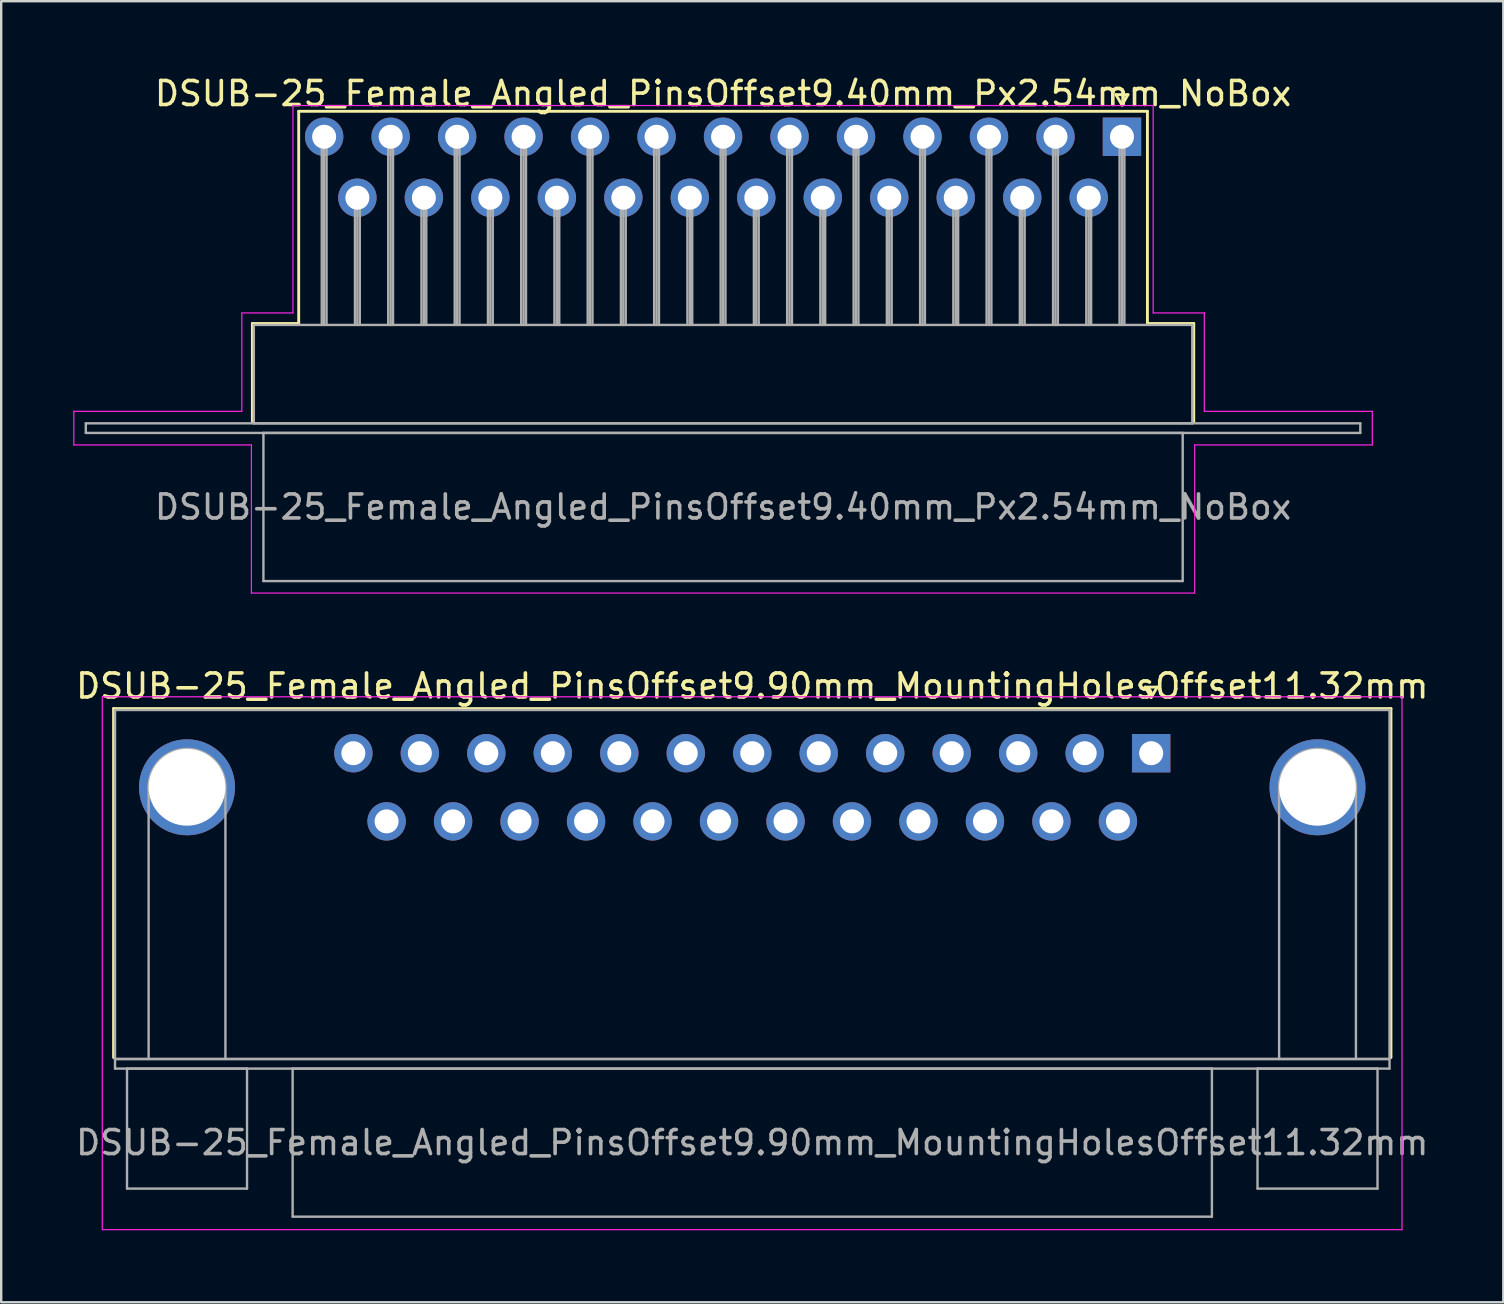
<source format=kicad_pcb>
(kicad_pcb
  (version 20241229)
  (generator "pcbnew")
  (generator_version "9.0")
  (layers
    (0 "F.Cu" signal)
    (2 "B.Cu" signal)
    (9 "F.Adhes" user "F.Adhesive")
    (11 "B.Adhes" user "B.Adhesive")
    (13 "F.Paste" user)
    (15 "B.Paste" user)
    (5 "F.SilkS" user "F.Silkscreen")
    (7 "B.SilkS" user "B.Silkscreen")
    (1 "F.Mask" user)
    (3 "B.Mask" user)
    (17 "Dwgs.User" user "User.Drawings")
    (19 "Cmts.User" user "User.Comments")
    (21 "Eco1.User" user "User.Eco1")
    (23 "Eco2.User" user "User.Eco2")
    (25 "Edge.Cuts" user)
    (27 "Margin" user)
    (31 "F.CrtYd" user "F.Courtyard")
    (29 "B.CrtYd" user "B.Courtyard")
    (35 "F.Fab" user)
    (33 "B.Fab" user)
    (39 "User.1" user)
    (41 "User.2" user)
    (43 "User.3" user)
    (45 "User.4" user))
  (footprint "DSUB-25_Female_Angled_PinsOffset9.40mm_Px2.54mm_NoBox"
    (layer "F.Cu")
    (at 43.695 2.648)
    (property "Reference" "DSUB-25_Female_Angled_PinsOffset9.40mm_Px2.54mm_NoBox" (at -16.62 -1.8 0) (layer "F.SilkS") (effects (font (size 1 1) (thickness 0.15))))
    (attr through_hole)
    (fp_line (start -36.23 7.78) (end -34.3 7.78) (stroke (width 0.12) (type solid)) (layer "F.SilkS"))
    (fp_line (start -36.23 11.88) (end -36.23 7.78) (stroke (width 0.12) (type solid)) (layer "F.SilkS"))
    (fp_line (start -34.3 -1.06) (end 1.06 -1.06) (stroke (width 0.12) (type solid)) (layer "F.SilkS"))
    (fp_line (start -34.3 7.78) (end -34.3 -1.06) (stroke (width 0.12) (type solid)) (layer "F.SilkS"))
    (fp_line (start -0.25 -1.754) (end 0.25 -1.754) (stroke (width 0.12) (type solid)) (layer "F.SilkS"))
    (fp_line (start 0 -1.321) (end -0.25 -1.754) (stroke (width 0.12) (type solid)) (layer "F.SilkS"))
    (fp_line (start 0.25 -1.754) (end 0 -1.321) (stroke (width 0.12) (type solid)) (layer "F.SilkS"))
    (fp_line (start 1.06 -1.06) (end 1.06 7.78) (stroke (width 0.12) (type solid)) (layer "F.SilkS"))
    (fp_line (start 1.06 7.78) (end 2.99 7.78) (stroke (width 0.12) (type solid)) (layer "F.SilkS"))
    (fp_line (start 2.99 7.78) (end 2.99 11.88) (stroke (width 0.12) (type solid)) (layer "F.SilkS"))
    (fp_line (start -43.67 11.44) (end -36.67 11.44) (stroke (width 0.05) (type solid)) (layer "F.CrtYd"))
    (fp_line (start -43.67 12.84) (end -43.67 11.44) (stroke (width 0.05) (type solid)) (layer "F.CrtYd"))
    (fp_line (start -36.67 7.34) (end -34.54 7.34) (stroke (width 0.05) (type solid)) (layer "F.CrtYd"))
    (fp_line (start -36.67 11.44) (end -36.67 7.34) (stroke (width 0.05) (type solid)) (layer "F.CrtYd"))
    (fp_line (start -36.27 12.84) (end -43.67 12.84) (stroke (width 0.05) (type solid)) (layer "F.CrtYd"))
    (fp_line (start -36.27 19.01) (end -36.27 12.84) (stroke (width 0.05) (type solid)) (layer "F.CrtYd"))
    (fp_line (start -34.54 -1.3) (end 1.3 -1.3) (stroke (width 0.05) (type solid)) (layer "F.CrtYd"))
    (fp_line (start -34.54 7.34) (end -34.54 -1.3) (stroke (width 0.05) (type solid)) (layer "F.CrtYd"))
    (fp_line (start 1.3 -1.3) (end 1.3 7.34) (stroke (width 0.05) (type solid)) (layer "F.CrtYd"))
    (fp_line (start 1.3 7.34) (end 3.43 7.34) (stroke (width 0.05) (type solid)) (layer "F.CrtYd"))
    (fp_line (start 3.03 12.84) (end 3.03 19.01) (stroke (width 0.05) (type solid)) (layer "F.CrtYd"))
    (fp_line (start 3.03 19.01) (end -36.27 19.01) (stroke (width 0.05) (type solid)) (layer "F.CrtYd"))
    (fp_line (start 3.43 7.34) (end 3.43 11.44) (stroke (width 0.05) (type solid)) (layer "F.CrtYd"))
    (fp_line (start 3.43 11.44) (end 10.43 11.44) (stroke (width 0.05) (type solid)) (layer "F.CrtYd"))
    (fp_line (start 10.43 11.44) (end 10.43 12.84) (stroke (width 0.05) (type solid)) (layer "F.CrtYd"))
    (fp_line (start 10.43 12.84) (end 3.03 12.84) (stroke (width 0.05) (type solid)) (layer "F.CrtYd"))
    (fp_line (start -43.17 11.94) (end -43.17 12.34) (stroke (width 0.1) (type solid)) (layer "F.Fab"))
    (fp_line (start -43.17 12.34) (end 9.93 12.34) (stroke (width 0.1) (type solid)) (layer "F.Fab"))
    (fp_line (start -36.17 7.84) (end -36.17 11.94) (stroke (width 0.1) (type solid)) (layer "F.Fab"))
    (fp_line (start -36.17 11.94) (end 2.93 11.94) (stroke (width 0.1) (type solid)) (layer "F.Fab"))
    (fp_line (start -35.77 12.34) (end -35.77 18.51) (stroke (width 0.1) (type solid)) (layer "F.Fab"))
    (fp_line (start -35.77 18.51) (end 2.53 18.51) (stroke (width 0.1) (type solid)) (layer "F.Fab"))
    (fp_line (start -33.34 0) (end -33.34 7.84) (stroke (width 0.1) (type solid)) (layer "F.Fab"))
    (fp_line (start -33.24 0) (end -33.24 7.84) (stroke (width 0.1) (type solid)) (layer "F.Fab"))
    (fp_line (start -33.14 0) (end -33.14 7.84) (stroke (width 0.1) (type solid)) (layer "F.Fab"))
    (fp_line (start -31.955 2.54) (end -31.955 7.84) (stroke (width 0.1) (type solid)) (layer "F.Fab"))
    (fp_line (start -31.855 2.54) (end -31.855 7.84) (stroke (width 0.1) (type solid)) (layer "F.Fab"))
    (fp_line (start -31.755 2.54) (end -31.755 7.84) (stroke (width 0.1) (type solid)) (layer "F.Fab"))
    (fp_line (start -30.57 0) (end -30.57 7.84) (stroke (width 0.1) (type solid)) (layer "F.Fab"))
    (fp_line (start -30.47 0) (end -30.47 7.84) (stroke (width 0.1) (type solid)) (layer "F.Fab"))
    (fp_line (start -30.37 0) (end -30.37 7.84) (stroke (width 0.1) (type solid)) (layer "F.Fab"))
    (fp_line (start -29.185 2.54) (end -29.185 7.84) (stroke (width 0.1) (type solid)) (layer "F.Fab"))
    (fp_line (start -29.085 2.54) (end -29.085 7.84) (stroke (width 0.1) (type solid)) (layer "F.Fab"))
    (fp_line (start -28.985 2.54) (end -28.985 7.84) (stroke (width 0.1) (type solid)) (layer "F.Fab"))
    (fp_line (start -27.8 0) (end -27.8 7.84) (stroke (width 0.1) (type solid)) (layer "F.Fab"))
    (fp_line (start -27.7 0) (end -27.7 7.84) (stroke (width 0.1) (type solid)) (layer "F.Fab"))
    (fp_line (start -27.6 0) (end -27.6 7.84) (stroke (width 0.1) (type solid)) (layer "F.Fab"))
    (fp_line (start -26.415 2.54) (end -26.415 7.84) (stroke (width 0.1) (type solid)) (layer "F.Fab"))
    (fp_line (start -26.315 2.54) (end -26.315 7.84) (stroke (width 0.1) (type solid)) (layer "F.Fab"))
    (fp_line (start -26.215 2.54) (end -26.215 7.84) (stroke (width 0.1) (type solid)) (layer "F.Fab"))
    (fp_line (start -25.03 0) (end -25.03 7.84) (stroke (width 0.1) (type solid)) (layer "F.Fab"))
    (fp_line (start -24.93 0) (end -24.93 7.84) (stroke (width 0.1) (type solid)) (layer "F.Fab"))
    (fp_line (start -24.83 0) (end -24.83 7.84) (stroke (width 0.1) (type solid)) (layer "F.Fab"))
    (fp_line (start -23.645 2.54) (end -23.645 7.84) (stroke (width 0.1) (type solid)) (layer "F.Fab"))
    (fp_line (start -23.545 2.54) (end -23.545 7.84) (stroke (width 0.1) (type solid)) (layer "F.Fab"))
    (fp_line (start -23.445 2.54) (end -23.445 7.84) (stroke (width 0.1) (type solid)) (layer "F.Fab"))
    (fp_line (start -22.26 0) (end -22.26 7.84) (stroke (width 0.1) (type solid)) (layer "F.Fab"))
    (fp_line (start -22.16 0) (end -22.16 7.84) (stroke (width 0.1) (type solid)) (layer "F.Fab"))
    (fp_line (start -22.06 0) (end -22.06 7.84) (stroke (width 0.1) (type solid)) (layer "F.Fab"))
    (fp_line (start -20.875 2.54) (end -20.875 7.84) (stroke (width 0.1) (type solid)) (layer "F.Fab"))
    (fp_line (start -20.775 2.54) (end -20.775 7.84) (stroke (width 0.1) (type solid)) (layer "F.Fab"))
    (fp_line (start -20.675 2.54) (end -20.675 7.84) (stroke (width 0.1) (type solid)) (layer "F.Fab"))
    (fp_line (start -19.49 0) (end -19.49 7.84) (stroke (width 0.1) (type solid)) (layer "F.Fab"))
    (fp_line (start -19.39 0) (end -19.39 7.84) (stroke (width 0.1) (type solid)) (layer "F.Fab"))
    (fp_line (start -19.29 0) (end -19.29 7.84) (stroke (width 0.1) (type solid)) (layer "F.Fab"))
    (fp_line (start -18.105 2.54) (end -18.105 7.84) (stroke (width 0.1) (type solid)) (layer "F.Fab"))
    (fp_line (start -18.005 2.54) (end -18.005 7.84) (stroke (width 0.1) (type solid)) (layer "F.Fab"))
    (fp_line (start -17.905 2.54) (end -17.905 7.84) (stroke (width 0.1) (type solid)) (layer "F.Fab"))
    (fp_line (start -16.72 0) (end -16.72 7.84) (stroke (width 0.1) (type solid)) (layer "F.Fab"))
    (fp_line (start -16.62 0) (end -16.62 7.84) (stroke (width 0.1) (type solid)) (layer "F.Fab"))
    (fp_line (start -16.52 0) (end -16.52 7.84) (stroke (width 0.1) (type solid)) (layer "F.Fab"))
    (fp_line (start -15.335 2.54) (end -15.335 7.84) (stroke (width 0.1) (type solid)) (layer "F.Fab"))
    (fp_line (start -15.235 2.54) (end -15.235 7.84) (stroke (width 0.1) (type solid)) (layer "F.Fab"))
    (fp_line (start -15.135 2.54) (end -15.135 7.84) (stroke (width 0.1) (type solid)) (layer "F.Fab"))
    (fp_line (start -13.95 0) (end -13.95 7.84) (stroke (width 0.1) (type solid)) (layer "F.Fab"))
    (fp_line (start -13.85 0) (end -13.85 7.84) (stroke (width 0.1) (type solid)) (layer "F.Fab"))
    (fp_line (start -13.75 0) (end -13.75 7.84) (stroke (width 0.1) (type solid)) (layer "F.Fab"))
    (fp_line (start -12.565 2.54) (end -12.565 7.84) (stroke (width 0.1) (type solid)) (layer "F.Fab"))
    (fp_line (start -12.465 2.54) (end -12.465 7.84) (stroke (width 0.1) (type solid)) (layer "F.Fab"))
    (fp_line (start -12.365 2.54) (end -12.365 7.84) (stroke (width 0.1) (type solid)) (layer "F.Fab"))
    (fp_line (start -11.18 0) (end -11.18 7.84) (stroke (width 0.1) (type solid)) (layer "F.Fab"))
    (fp_line (start -11.08 0) (end -11.08 7.84) (stroke (width 0.1) (type solid)) (layer "F.Fab"))
    (fp_line (start -10.98 0) (end -10.98 7.84) (stroke (width 0.1) (type solid)) (layer "F.Fab"))
    (fp_line (start -9.795 2.54) (end -9.795 7.84) (stroke (width 0.1) (type solid)) (layer "F.Fab"))
    (fp_line (start -9.695 2.54) (end -9.695 7.84) (stroke (width 0.1) (type solid)) (layer "F.Fab"))
    (fp_line (start -9.595 2.54) (end -9.595 7.84) (stroke (width 0.1) (type solid)) (layer "F.Fab"))
    (fp_line (start -8.41 0) (end -8.41 7.84) (stroke (width 0.1) (type solid)) (layer "F.Fab"))
    (fp_line (start -8.31 0) (end -8.31 7.84) (stroke (width 0.1) (type solid)) (layer "F.Fab"))
    (fp_line (start -8.21 0) (end -8.21 7.84) (stroke (width 0.1) (type solid)) (layer "F.Fab"))
    (fp_line (start -7.025 2.54) (end -7.025 7.84) (stroke (width 0.1) (type solid)) (layer "F.Fab"))
    (fp_line (start -6.925 2.54) (end -6.925 7.84) (stroke (width 0.1) (type solid)) (layer "F.Fab"))
    (fp_line (start -6.825 2.54) (end -6.825 7.84) (stroke (width 0.1) (type solid)) (layer "F.Fab"))
    (fp_line (start -5.64 0) (end -5.64 7.84) (stroke (width 0.1) (type solid)) (layer "F.Fab"))
    (fp_line (start -5.54 0) (end -5.54 7.84) (stroke (width 0.1) (type solid)) (layer "F.Fab"))
    (fp_line (start -5.44 0) (end -5.44 7.84) (stroke (width 0.1) (type solid)) (layer "F.Fab"))
    (fp_line (start -4.255 2.54) (end -4.255 7.84) (stroke (width 0.1) (type solid)) (layer "F.Fab"))
    (fp_line (start -4.155 2.54) (end -4.155 7.84) (stroke (width 0.1) (type solid)) (layer "F.Fab"))
    (fp_line (start -4.055 2.54) (end -4.055 7.84) (stroke (width 0.1) (type solid)) (layer "F.Fab"))
    (fp_line (start -2.87 0) (end -2.87 7.84) (stroke (width 0.1) (type solid)) (layer "F.Fab"))
    (fp_line (start -2.77 0) (end -2.77 7.84) (stroke (width 0.1) (type solid)) (layer "F.Fab"))
    (fp_line (start -2.67 0) (end -2.67 7.84) (stroke (width 0.1) (type solid)) (layer "F.Fab"))
    (fp_line (start -1.485 2.54) (end -1.485 7.84) (stroke (width 0.1) (type solid)) (layer "F.Fab"))
    (fp_line (start -1.385 2.54) (end -1.385 7.84) (stroke (width 0.1) (type solid)) (layer "F.Fab"))
    (fp_line (start -1.285 2.54) (end -1.285 7.84) (stroke (width 0.1) (type solid)) (layer "F.Fab"))
    (fp_line (start -0.1 0) (end -0.1 7.84) (stroke (width 0.1) (type solid)) (layer "F.Fab"))
    (fp_line (start 0 0) (end 0 7.84) (stroke (width 0.1) (type solid)) (layer "F.Fab"))
    (fp_line (start 0.1 0) (end 0.1 7.84) (stroke (width 0.1) (type solid)) (layer "F.Fab"))
    (fp_line (start 2.53 12.34) (end -35.77 12.34) (stroke (width 0.1) (type solid)) (layer "F.Fab"))
    (fp_line (start 2.53 18.51) (end 2.53 12.34) (stroke (width 0.1) (type solid)) (layer "F.Fab"))
    (fp_line (start 2.93 7.84) (end -36.17 7.84) (stroke (width 0.1) (type solid)) (layer "F.Fab"))
    (fp_line (start 2.93 11.94) (end 2.93 7.84) (stroke (width 0.1) (type solid)) (layer "F.Fab"))
    (fp_line (start 9.93 11.94) (end -43.17 11.94) (stroke (width 0.1) (type solid)) (layer "F.Fab"))
    (fp_line (start 9.93 12.34) (end 9.93 11.94) (stroke (width 0.1) (type solid)) (layer "F.Fab"))
    (fp_text user "${REFERENCE}" (at -16.62 15.425 0) (layer "F.Fab") (effects (font (size 1 1) (thickness 0.15))))
    (pad "1" thru_hole rect (at 0 0) (size 1.6 1.6) (drill 1) (layers "*.Cu" "*.Mask"))
    (pad "2" thru_hole circle (at -2.77 0) (size 1.6 1.6) (drill 1) (layers "*.Cu" "*.Mask"))
    (pad "3" thru_hole circle (at -5.54 0) (size 1.6 1.6) (drill 1) (layers "*.Cu" "*.Mask"))
    (pad "4" thru_hole circle (at -8.31 0) (size 1.6 1.6) (drill 1) (layers "*.Cu" "*.Mask"))
    (pad "5" thru_hole circle (at -11.08 0) (size 1.6 1.6) (drill 1) (layers "*.Cu" "*.Mask"))
    (pad "6" thru_hole circle (at -13.85 0) (size 1.6 1.6) (drill 1) (layers "*.Cu" "*.Mask"))
    (pad "7" thru_hole circle (at -16.62 0) (size 1.6 1.6) (drill 1) (layers "*.Cu" "*.Mask"))
    (pad "8" thru_hole circle (at -19.39 0) (size 1.6 1.6) (drill 1) (layers "*.Cu" "*.Mask"))
    (pad "9" thru_hole circle (at -22.16 0) (size 1.6 1.6) (drill 1) (layers "*.Cu" "*.Mask"))
    (pad "10" thru_hole circle (at -24.93 0) (size 1.6 1.6) (drill 1) (layers "*.Cu" "*.Mask"))
    (pad "11" thru_hole circle (at -27.7 0) (size 1.6 1.6) (drill 1) (layers "*.Cu" "*.Mask"))
    (pad "12" thru_hole circle (at -30.47 0) (size 1.6 1.6) (drill 1) (layers "*.Cu" "*.Mask"))
    (pad "13" thru_hole circle (at -33.24 0) (size 1.6 1.6) (drill 1) (layers "*.Cu" "*.Mask"))
    (pad "14" thru_hole circle (at -1.385 2.54) (size 1.6 1.6) (drill 1) (layers "*.Cu" "*.Mask"))
    (pad "15" thru_hole circle (at -4.155 2.54) (size 1.6 1.6) (drill 1) (layers "*.Cu" "*.Mask"))
    (pad "16" thru_hole circle (at -6.925 2.54) (size 1.6 1.6) (drill 1) (layers "*.Cu" "*.Mask"))
    (pad "17" thru_hole circle (at -9.695 2.54) (size 1.6 1.6) (drill 1) (layers "*.Cu" "*.Mask"))
    (pad "18" thru_hole circle (at -12.465 2.54) (size 1.6 1.6) (drill 1) (layers "*.Cu" "*.Mask"))
    (pad "19" thru_hole circle (at -15.235 2.54) (size 1.6 1.6) (drill 1) (layers "*.Cu" "*.Mask"))
    (pad "20" thru_hole circle (at -18.005 2.54) (size 1.6 1.6) (drill 1) (layers "*.Cu" "*.Mask"))
    (pad "21" thru_hole circle (at -20.775 2.54) (size 1.6 1.6) (drill 1) (layers "*.Cu" "*.Mask"))
    (pad "22" thru_hole circle (at -23.545 2.54) (size 1.6 1.6) (drill 1) (layers "*.Cu" "*.Mask"))
    (pad "23" thru_hole circle (at -26.315 2.54) (size 1.6 1.6) (drill 1) (layers "*.Cu" "*.Mask"))
    (pad "24" thru_hole circle (at -29.085 2.54) (size 1.6 1.6) (drill 1) (layers "*.Cu" "*.Mask"))
    (pad "25" thru_hole circle (at -31.855 2.54) (size 1.6 1.6) (drill 1) (layers "*.Cu" "*.Mask")))
  (footprint "DSUB-25_Female_Angled_PinsOffset9.90mm_MountingHolesOffset11.32mm"
    (layer "F.Cu")
    (at 44.912 28.331)
    (property "Reference" "DSUB-25_Female_Angled_PinsOffset9.90mm_MountingHolesOffset11.32mm" (at -16.62 -2.8 0) (layer "F.SilkS") (effects (font (size 1 1) (thickness 0.15))))
    (attr through_hole)
    (fp_line (start -43.23 -1.86) (end 9.99 -1.86) (stroke (width 0.12) (type solid)) (layer "F.SilkS"))
    (fp_line (start -43.23 12.68) (end -43.23 -1.86) (stroke (width 0.12) (type solid)) (layer "F.SilkS"))
    (fp_line (start -0.25 -2.754) (end 0.25 -2.754) (stroke (width 0.12) (type solid)) (layer "F.SilkS"))
    (fp_line (start 0 -2.321) (end -0.25 -2.754) (stroke (width 0.12) (type solid)) (layer "F.SilkS"))
    (fp_line (start 0.25 -2.754) (end 0 -2.321) (stroke (width 0.12) (type solid)) (layer "F.SilkS"))
    (fp_line (start 9.99 -1.86) (end 9.99 12.68) (stroke (width 0.12) (type solid)) (layer "F.SilkS"))
    (fp_line (start -43.7 -2.35) (end -43.7 19.85) (stroke (width 0.05) (type solid)) (layer "F.CrtYd"))
    (fp_line (start -43.7 19.85) (end 10.45 19.85) (stroke (width 0.05) (type solid)) (layer "F.CrtYd"))
    (fp_line (start 10.45 -2.35) (end -43.7 -2.35) (stroke (width 0.05) (type solid)) (layer "F.CrtYd"))
    (fp_line (start 10.45 19.85) (end 10.45 -2.35) (stroke (width 0.05) (type solid)) (layer "F.CrtYd"))
    (fp_line (start -43.17 -1.8) (end -43.17 12.74) (stroke (width 0.1) (type solid)) (layer "F.Fab"))
    (fp_line (start -43.17 12.74) (end -43.17 13.14) (stroke (width 0.1) (type solid)) (layer "F.Fab"))
    (fp_line (start -43.17 12.74) (end 9.93 12.74) (stroke (width 0.1) (type solid)) (layer "F.Fab"))
    (fp_line (start -43.17 13.14) (end 9.93 13.14) (stroke (width 0.1) (type solid)) (layer "F.Fab"))
    (fp_line (start -42.67 13.14) (end -42.67 18.14) (stroke (width 0.1) (type solid)) (layer "F.Fab"))
    (fp_line (start -42.67 18.14) (end -37.67 18.14) (stroke (width 0.1) (type solid)) (layer "F.Fab"))
    (fp_line (start -41.77 12.74) (end -41.77 1.42) (stroke (width 0.1) (type solid)) (layer "F.Fab"))
    (fp_line (start -38.57 12.74) (end -38.57 1.42) (stroke (width 0.1) (type solid)) (layer "F.Fab"))
    (fp_line (start -37.67 13.14) (end -42.67 13.14) (stroke (width 0.1) (type solid)) (layer "F.Fab"))
    (fp_line (start -37.67 18.14) (end -37.67 13.14) (stroke (width 0.1) (type solid)) (layer "F.Fab"))
    (fp_line (start -35.77 13.14) (end -35.77 19.31) (stroke (width 0.1) (type solid)) (layer "F.Fab"))
    (fp_line (start -35.77 19.31) (end 2.53 19.31) (stroke (width 0.1) (type solid)) (layer "F.Fab"))
    (fp_line (start 2.53 13.14) (end -35.77 13.14) (stroke (width 0.1) (type solid)) (layer "F.Fab"))
    (fp_line (start 2.53 19.31) (end 2.53 13.14) (stroke (width 0.1) (type solid)) (layer "F.Fab"))
    (fp_line (start 4.43 13.14) (end 4.43 18.14) (stroke (width 0.1) (type solid)) (layer "F.Fab"))
    (fp_line (start 4.43 18.14) (end 9.43 18.14) (stroke (width 0.1) (type solid)) (layer "F.Fab"))
    (fp_line (start 5.33 12.74) (end 5.33 1.42) (stroke (width 0.1) (type solid)) (layer "F.Fab"))
    (fp_line (start 8.53 12.74) (end 8.53 1.42) (stroke (width 0.1) (type solid)) (layer "F.Fab"))
    (fp_line (start 9.43 13.14) (end 4.43 13.14) (stroke (width 0.1) (type solid)) (layer "F.Fab"))
    (fp_line (start 9.43 18.14) (end 9.43 13.14) (stroke (width 0.1) (type solid)) (layer "F.Fab"))
    (fp_line (start 9.93 -1.8) (end -43.17 -1.8) (stroke (width 0.1) (type solid)) (layer "F.Fab"))
    (fp_line (start 9.93 12.74) (end -43.17 12.74) (stroke (width 0.1) (type solid)) (layer "F.Fab"))
    (fp_line (start 9.93 12.74) (end 9.93 -1.8) (stroke (width 0.1) (type solid)) (layer "F.Fab"))
    (fp_line (start 9.93 13.14) (end 9.93 12.74) (stroke (width 0.1) (type solid)) (layer "F.Fab"))
    (fp_arc (start -41.77 1.42) (mid -40.17 -0.18) (end -38.57 1.42) (stroke (width 0.1) (type solid)) (layer "F.Fab"))
    (fp_arc (start 5.33 1.42) (mid 6.93 -0.18) (end 8.53 1.42) (stroke (width 0.1) (type solid)) (layer "F.Fab"))
    (fp_text user "${REFERENCE}" (at -16.62 16.225 0) (layer "F.Fab") (effects (font (size 1 1) (thickness 0.15))))
    (pad "0" thru_hole circle (at -40.17 1.42) (size 4 4) (drill 3.2) (layers "*.Cu" "*.Mask"))
    (pad "0" thru_hole circle (at 6.93 1.42) (size 4 4) (drill 3.2) (layers "*.Cu" "*.Mask"))
    (pad "1" thru_hole rect (at 0 0) (size 1.6 1.6) (drill 1) (layers "*.Cu" "*.Mask"))
    (pad "2" thru_hole circle (at -2.77 0) (size 1.6 1.6) (drill 1) (layers "*.Cu" "*.Mask"))
    (pad "3" thru_hole circle (at -5.54 0) (size 1.6 1.6) (drill 1) (layers "*.Cu" "*.Mask"))
    (pad "4" thru_hole circle (at -8.31 0) (size 1.6 1.6) (drill 1) (layers "*.Cu" "*.Mask"))
    (pad "5" thru_hole circle (at -11.08 0) (size 1.6 1.6) (drill 1) (layers "*.Cu" "*.Mask"))
    (pad "6" thru_hole circle (at -13.85 0) (size 1.6 1.6) (drill 1) (layers "*.Cu" "*.Mask"))
    (pad "7" thru_hole circle (at -16.62 0) (size 1.6 1.6) (drill 1) (layers "*.Cu" "*.Mask"))
    (pad "8" thru_hole circle (at -19.39 0) (size 1.6 1.6) (drill 1) (layers "*.Cu" "*.Mask"))
    (pad "9" thru_hole circle (at -22.16 0) (size 1.6 1.6) (drill 1) (layers "*.Cu" "*.Mask"))
    (pad "10" thru_hole circle (at -24.93 0) (size 1.6 1.6) (drill 1) (layers "*.Cu" "*.Mask"))
    (pad "11" thru_hole circle (at -27.7 0) (size 1.6 1.6) (drill 1) (layers "*.Cu" "*.Mask"))
    (pad "12" thru_hole circle (at -30.47 0) (size 1.6 1.6) (drill 1) (layers "*.Cu" "*.Mask"))
    (pad "13" thru_hole circle (at -33.24 0) (size 1.6 1.6) (drill 1) (layers "*.Cu" "*.Mask"))
    (pad "14" thru_hole circle (at -1.385 2.84) (size 1.6 1.6) (drill 1) (layers "*.Cu" "*.Mask"))
    (pad "15" thru_hole circle (at -4.155 2.84) (size 1.6 1.6) (drill 1) (layers "*.Cu" "*.Mask"))
    (pad "16" thru_hole circle (at -6.925 2.84) (size 1.6 1.6) (drill 1) (layers "*.Cu" "*.Mask"))
    (pad "17" thru_hole circle (at -9.695 2.84) (size 1.6 1.6) (drill 1) (layers "*.Cu" "*.Mask"))
    (pad "18" thru_hole circle (at -12.465 2.84) (size 1.6 1.6) (drill 1) (layers "*.Cu" "*.Mask"))
    (pad "19" thru_hole circle (at -15.235 2.84) (size 1.6 1.6) (drill 1) (layers "*.Cu" "*.Mask"))
    (pad "20" thru_hole circle (at -18.005 2.84) (size 1.6 1.6) (drill 1) (layers "*.Cu" "*.Mask"))
    (pad "21" thru_hole circle (at -20.775 2.84) (size 1.6 1.6) (drill 1) (layers "*.Cu" "*.Mask"))
    (pad "22" thru_hole circle (at -23.545 2.84) (size 1.6 1.6) (drill 1) (layers "*.Cu" "*.Mask"))
    (pad "23" thru_hole circle (at -26.315 2.84) (size 1.6 1.6) (drill 1) (layers "*.Cu" "*.Mask"))
    (pad "24" thru_hole circle (at -29.085 2.84) (size 1.6 1.6) (drill 1) (layers "*.Cu" "*.Mask"))
    (pad "25" thru_hole circle (at -31.855 2.84) (size 1.6 1.6) (drill 1) (layers "*.Cu" "*.Mask")))
  (gr_rect
    (start -3 -3)
    (end 59.583 51.206)
    (stroke (width 0.1) (type default))
    (fill no)
    (layer "Edge.Cuts")))
</source>
